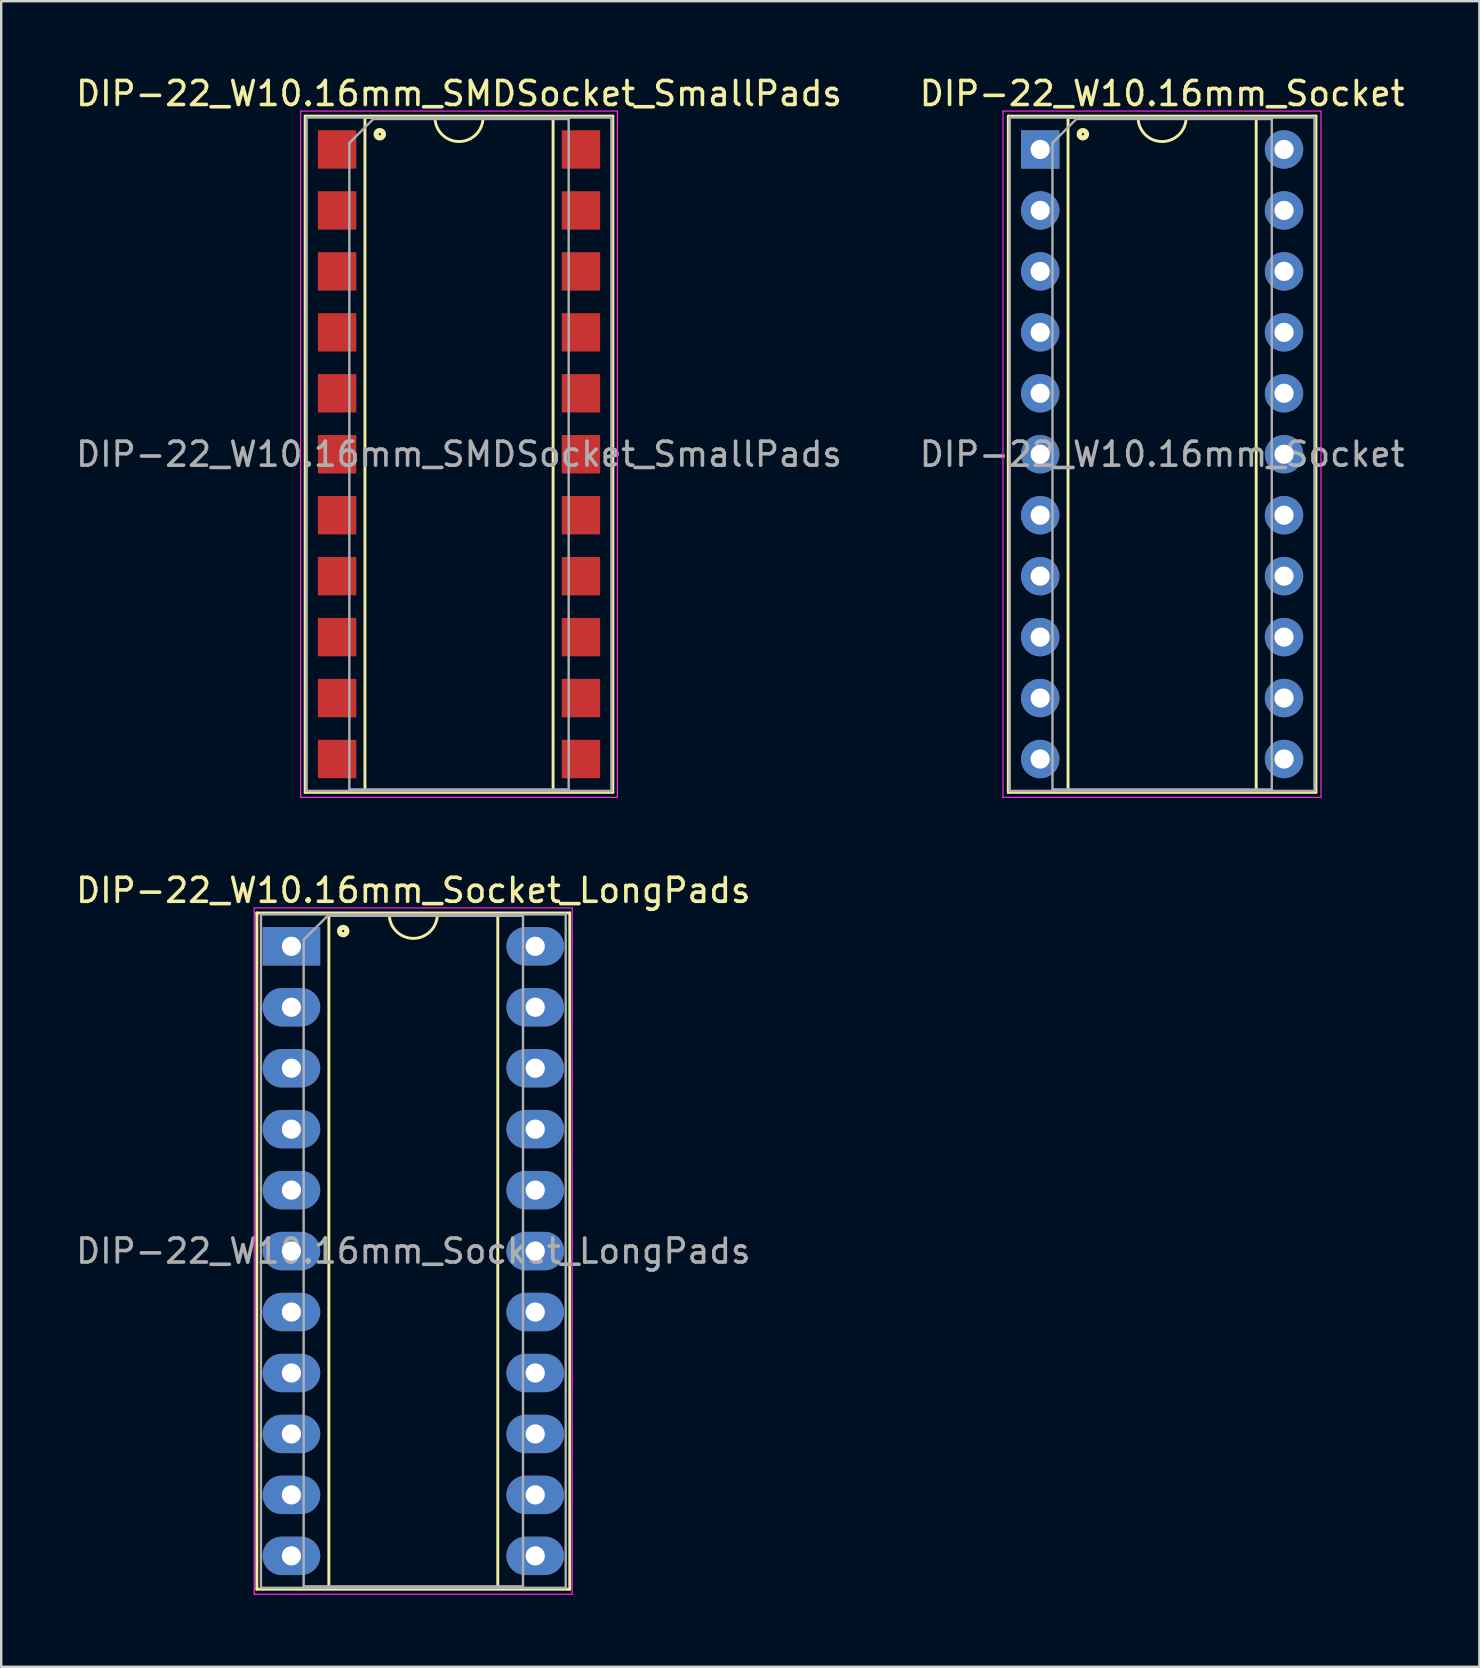
<source format=kicad_pcb>
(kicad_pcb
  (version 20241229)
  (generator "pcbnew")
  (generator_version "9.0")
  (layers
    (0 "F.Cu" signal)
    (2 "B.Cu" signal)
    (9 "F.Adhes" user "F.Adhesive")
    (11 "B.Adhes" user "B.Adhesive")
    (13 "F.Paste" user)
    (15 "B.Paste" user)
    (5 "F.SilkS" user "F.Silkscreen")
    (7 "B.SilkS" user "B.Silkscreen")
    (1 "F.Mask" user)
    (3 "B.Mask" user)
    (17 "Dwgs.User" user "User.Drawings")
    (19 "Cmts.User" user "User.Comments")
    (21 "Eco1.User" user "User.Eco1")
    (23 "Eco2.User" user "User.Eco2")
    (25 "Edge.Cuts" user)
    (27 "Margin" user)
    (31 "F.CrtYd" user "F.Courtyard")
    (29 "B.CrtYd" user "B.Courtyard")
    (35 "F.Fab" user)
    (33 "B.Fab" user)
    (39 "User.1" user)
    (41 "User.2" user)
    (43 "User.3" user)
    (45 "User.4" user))
  (footprint "DIP-22_W10.16mm_Socket_LongPads"
    (layer "F.Cu")
    (at 9.093 36.382)
    (property "Reference" "DIP-22_W10.16mm_Socket_LongPads" (at 5.08 -2.33 0) (layer "F.SilkS") (effects (font (size 1 1) (thickness 0.15))))
    (attr through_hole)
    (fp_line (start -1.44 -1.39) (end -1.44 26.79) (stroke (width 0.12) (type solid)) (layer "F.SilkS"))
    (fp_line (start -1.44 26.79) (end 11.6 26.79) (stroke (width 0.12) (type solid)) (layer "F.SilkS"))
    (fp_line (start 1.56 -1.33) (end 1.56 26.73) (stroke (width 0.12) (type solid)) (layer "F.SilkS"))
    (fp_line (start 1.56 26.73) (end 8.6 26.73) (stroke (width 0.12) (type solid)) (layer "F.SilkS"))
    (fp_line (start 4.08 -1.33) (end 1.56 -1.33) (stroke (width 0.12) (type solid)) (layer "F.SilkS"))
    (fp_line (start 8.6 -1.33) (end 6.08 -1.33) (stroke (width 0.12) (type solid)) (layer "F.SilkS"))
    (fp_line (start 8.6 26.73) (end 8.6 -1.33) (stroke (width 0.12) (type solid)) (layer "F.SilkS"))
    (fp_line (start 11.6 -1.39) (end -1.44 -1.39) (stroke (width 0.12) (type solid)) (layer "F.SilkS"))
    (fp_line (start 11.6 26.79) (end 11.6 -1.39) (stroke (width 0.12) (type solid)) (layer "F.SilkS"))
    (fp_arc (start 6.08 -1.33) (mid 5.08 -0.33) (end 4.08 -1.33) (stroke (width 0.12) (type solid)) (layer "F.SilkS"))
    (fp_circle (center 2.159 -0.635) (end 2.209 -0.635) (stroke (width 0.12) (type solid)) (fill no) (layer "F.SilkS"))
    (fp_circle (center 2.159 -0.635) (end 2.284 -0.635) (stroke (width 0.12) (type solid)) (fill no) (layer "F.SilkS"))
    (fp_circle (center 2.159 -0.635) (end 2.359 -0.635) (stroke (width 0.12) (type solid)) (fill no) (layer "F.SilkS"))
    (fp_line (start -1.55 -1.6) (end -1.55 27) (stroke (width 0.05) (type solid)) (layer "F.CrtYd"))
    (fp_line (start -1.55 27) (end 11.7 27) (stroke (width 0.05) (type solid)) (layer "F.CrtYd"))
    (fp_line (start 11.7 -1.6) (end -1.55 -1.6) (stroke (width 0.05) (type solid)) (layer "F.CrtYd"))
    (fp_line (start 11.7 27) (end 11.7 -1.6) (stroke (width 0.05) (type solid)) (layer "F.CrtYd"))
    (fp_line (start -1.27 -1.33) (end -1.27 26.73) (stroke (width 0.1) (type solid)) (layer "F.Fab"))
    (fp_line (start -1.27 26.73) (end 11.43 26.73) (stroke (width 0.1) (type solid)) (layer "F.Fab"))
    (fp_line (start 0.51 -0.27) (end 1.51 -1.27) (stroke (width 0.1) (type solid)) (layer "F.Fab"))
    (fp_line (start 0.51 26.67) (end 0.51 -0.27) (stroke (width 0.1) (type solid)) (layer "F.Fab"))
    (fp_line (start 1.51 -1.27) (end 9.65 -1.27) (stroke (width 0.1) (type solid)) (layer "F.Fab"))
    (fp_line (start 9.65 -1.27) (end 9.65 26.67) (stroke (width 0.1) (type solid)) (layer "F.Fab"))
    (fp_line (start 9.65 26.67) (end 0.51 26.67) (stroke (width 0.1) (type solid)) (layer "F.Fab"))
    (fp_line (start 11.43 -1.33) (end -1.27 -1.33) (stroke (width 0.1) (type solid)) (layer "F.Fab"))
    (fp_line (start 11.43 26.73) (end 11.43 -1.33) (stroke (width 0.1) (type solid)) (layer "F.Fab"))
    (fp_text user "${REFERENCE}" (at 5.08 12.7 0) (layer "F.Fab") (effects (font (size 1 1) (thickness 0.15))))
    (pad "1" thru_hole rect (at 0 0) (size 2.4 1.6) (drill 0.8) (layers "*.Cu" "*.Mask"))
    (pad "2" thru_hole oval (at 0 2.54) (size 2.4 1.6) (drill 0.8) (layers "*.Cu" "*.Mask"))
    (pad "3" thru_hole oval (at 0 5.08) (size 2.4 1.6) (drill 0.8) (layers "*.Cu" "*.Mask"))
    (pad "4" thru_hole oval (at 0 7.62) (size 2.4 1.6) (drill 0.8) (layers "*.Cu" "*.Mask"))
    (pad "5" thru_hole oval (at 0 10.16) (size 2.4 1.6) (drill 0.8) (layers "*.Cu" "*.Mask"))
    (pad "6" thru_hole oval (at 0 12.7) (size 2.4 1.6) (drill 0.8) (layers "*.Cu" "*.Mask"))
    (pad "7" thru_hole oval (at 0 15.24) (size 2.4 1.6) (drill 0.8) (layers "*.Cu" "*.Mask"))
    (pad "8" thru_hole oval (at 0 17.78) (size 2.4 1.6) (drill 0.8) (layers "*.Cu" "*.Mask"))
    (pad "9" thru_hole oval (at 0 20.32) (size 2.4 1.6) (drill 0.8) (layers "*.Cu" "*.Mask"))
    (pad "10" thru_hole oval (at 0 22.86) (size 2.4 1.6) (drill 0.8) (layers "*.Cu" "*.Mask"))
    (pad "11" thru_hole oval (at 0 25.4) (size 2.4 1.6) (drill 0.8) (layers "*.Cu" "*.Mask"))
    (pad "12" thru_hole oval (at 10.16 25.4) (size 2.4 1.6) (drill 0.8) (layers "*.Cu" "*.Mask"))
    (pad "13" thru_hole oval (at 10.16 22.86) (size 2.4 1.6) (drill 0.8) (layers "*.Cu" "*.Mask"))
    (pad "14" thru_hole oval (at 10.16 20.32) (size 2.4 1.6) (drill 0.8) (layers "*.Cu" "*.Mask"))
    (pad "15" thru_hole oval (at 10.16 17.78) (size 2.4 1.6) (drill 0.8) (layers "*.Cu" "*.Mask"))
    (pad "16" thru_hole oval (at 10.16 15.24) (size 2.4 1.6) (drill 0.8) (layers "*.Cu" "*.Mask"))
    (pad "17" thru_hole oval (at 10.16 12.7) (size 2.4 1.6) (drill 0.8) (layers "*.Cu" "*.Mask"))
    (pad "18" thru_hole oval (at 10.16 10.16) (size 2.4 1.6) (drill 0.8) (layers "*.Cu" "*.Mask"))
    (pad "19" thru_hole oval (at 10.16 7.62) (size 2.4 1.6) (drill 0.8) (layers "*.Cu" "*.Mask"))
    (pad "20" thru_hole oval (at 10.16 5.08) (size 2.4 1.6) (drill 0.8) (layers "*.Cu" "*.Mask"))
    (pad "21" thru_hole oval (at 10.16 2.54) (size 2.4 1.6) (drill 0.8) (layers "*.Cu" "*.Mask"))
    (pad "22" thru_hole oval (at 10.16 0) (size 2.4 1.6) (drill 0.8) (layers "*.Cu" "*.Mask")))
  (footprint "DIP-22_W10.16mm_SMDSocket_SmallPads"
    (layer "F.Cu")
    (at 16.077 15.878)
    (property "Reference" "DIP-22_W10.16mm_SMDSocket_SmallPads" (at 0 -15.03 0) (layer "F.SilkS") (effects (font (size 1 1) (thickness 0.15))))
    (attr smd)
    (fp_line (start -6.41 -14.09) (end -6.41 14.09) (stroke (width 0.12) (type solid)) (layer "F.SilkS"))
    (fp_line (start -6.41 14.09) (end 6.41 14.09) (stroke (width 0.12) (type solid)) (layer "F.SilkS"))
    (fp_line (start -3.92 -14.03) (end -3.92 14.03) (stroke (width 0.12) (type solid)) (layer "F.SilkS"))
    (fp_line (start -3.92 14.03) (end 3.92 14.03) (stroke (width 0.12) (type solid)) (layer "F.SilkS"))
    (fp_line (start -1 -14.03) (end -3.92 -14.03) (stroke (width 0.12) (type solid)) (layer "F.SilkS"))
    (fp_line (start 3.92 -14.03) (end 1 -14.03) (stroke (width 0.12) (type solid)) (layer "F.SilkS"))
    (fp_line (start 3.92 14.03) (end 3.92 -14.03) (stroke (width 0.12) (type solid)) (layer "F.SilkS"))
    (fp_line (start 6.41 -14.09) (end -6.41 -14.09) (stroke (width 0.12) (type solid)) (layer "F.SilkS"))
    (fp_line (start 6.41 14.09) (end 6.41 -14.09) (stroke (width 0.12) (type solid)) (layer "F.SilkS"))
    (fp_arc (start 1 -14.03) (mid 0 -13.03) (end -1 -14.03) (stroke (width 0.12) (type solid)) (layer "F.SilkS"))
    (fp_circle (center -3.302 -13.335) (end -3.252 -13.335) (stroke (width 0.12) (type solid)) (fill no) (layer "F.SilkS"))
    (fp_circle (center -3.302 -13.335) (end -3.177 -13.335) (stroke (width 0.12) (type solid)) (fill no) (layer "F.SilkS"))
    (fp_circle (center -3.302 -13.335) (end -3.102 -13.335) (stroke (width 0.12) (type solid)) (fill no) (layer "F.SilkS"))
    (fp_line (start -6.6 -14.3) (end -6.6 14.3) (stroke (width 0.05) (type solid)) (layer "F.CrtYd"))
    (fp_line (start -6.6 14.3) (end 6.6 14.3) (stroke (width 0.05) (type solid)) (layer "F.CrtYd"))
    (fp_line (start 6.6 -14.3) (end -6.6 -14.3) (stroke (width 0.05) (type solid)) (layer "F.CrtYd"))
    (fp_line (start 6.6 14.3) (end 6.6 -14.3) (stroke (width 0.05) (type solid)) (layer "F.CrtYd"))
    (fp_line (start -6.35 -14.03) (end -6.35 14.03) (stroke (width 0.1) (type solid)) (layer "F.Fab"))
    (fp_line (start -6.35 14.03) (end 6.35 14.03) (stroke (width 0.1) (type solid)) (layer "F.Fab"))
    (fp_line (start -4.57 -12.97) (end -3.57 -13.97) (stroke (width 0.1) (type solid)) (layer "F.Fab"))
    (fp_line (start -4.57 13.97) (end -4.57 -12.97) (stroke (width 0.1) (type solid)) (layer "F.Fab"))
    (fp_line (start -3.57 -13.97) (end 4.57 -13.97) (stroke (width 0.1) (type solid)) (layer "F.Fab"))
    (fp_line (start 4.57 -13.97) (end 4.57 13.97) (stroke (width 0.1) (type solid)) (layer "F.Fab"))
    (fp_line (start 4.57 13.97) (end -4.57 13.97) (stroke (width 0.1) (type solid)) (layer "F.Fab"))
    (fp_line (start 6.35 -14.03) (end -6.35 -14.03) (stroke (width 0.1) (type solid)) (layer "F.Fab"))
    (fp_line (start 6.35 14.03) (end 6.35 -14.03) (stroke (width 0.1) (type solid)) (layer "F.Fab"))
    (fp_text user "${REFERENCE}" (at 0 0 0) (layer "F.Fab") (effects (font (size 1 1) (thickness 0.15))))
    (pad "1" smd rect (at -5.08 -12.7) (size 1.6 1.6) (layers "F.Cu" "F.Mask" "F.Paste"))
    (pad "2" smd rect (at -5.08 -10.16) (size 1.6 1.6) (layers "F.Cu" "F.Mask" "F.Paste"))
    (pad "3" smd rect (at -5.08 -7.62) (size 1.6 1.6) (layers "F.Cu" "F.Mask" "F.Paste"))
    (pad "4" smd rect (at -5.08 -5.08) (size 1.6 1.6) (layers "F.Cu" "F.Mask" "F.Paste"))
    (pad "5" smd rect (at -5.08 -2.54) (size 1.6 1.6) (layers "F.Cu" "F.Mask" "F.Paste"))
    (pad "6" smd rect (at -5.08 0) (size 1.6 1.6) (layers "F.Cu" "F.Mask" "F.Paste"))
    (pad "7" smd rect (at -5.08 2.54) (size 1.6 1.6) (layers "F.Cu" "F.Mask" "F.Paste"))
    (pad "8" smd rect (at -5.08 5.08) (size 1.6 1.6) (layers "F.Cu" "F.Mask" "F.Paste"))
    (pad "9" smd rect (at -5.08 7.62) (size 1.6 1.6) (layers "F.Cu" "F.Mask" "F.Paste"))
    (pad "10" smd rect (at -5.08 10.16) (size 1.6 1.6) (layers "F.Cu" "F.Mask" "F.Paste"))
    (pad "11" smd rect (at -5.08 12.7) (size 1.6 1.6) (layers "F.Cu" "F.Mask" "F.Paste"))
    (pad "12" smd rect (at 5.08 12.7) (size 1.6 1.6) (layers "F.Cu" "F.Mask" "F.Paste"))
    (pad "13" smd rect (at 5.08 10.16) (size 1.6 1.6) (layers "F.Cu" "F.Mask" "F.Paste"))
    (pad "14" smd rect (at 5.08 7.62) (size 1.6 1.6) (layers "F.Cu" "F.Mask" "F.Paste"))
    (pad "15" smd rect (at 5.08 5.08) (size 1.6 1.6) (layers "F.Cu" "F.Mask" "F.Paste"))
    (pad "16" smd rect (at 5.08 2.54) (size 1.6 1.6) (layers "F.Cu" "F.Mask" "F.Paste"))
    (pad "17" smd rect (at 5.08 0) (size 1.6 1.6) (layers "F.Cu" "F.Mask" "F.Paste"))
    (pad "18" smd rect (at 5.08 -2.54) (size 1.6 1.6) (layers "F.Cu" "F.Mask" "F.Paste"))
    (pad "19" smd rect (at 5.08 -5.08) (size 1.6 1.6) (layers "F.Cu" "F.Mask" "F.Paste"))
    (pad "20" smd rect (at 5.08 -7.62) (size 1.6 1.6) (layers "F.Cu" "F.Mask" "F.Paste"))
    (pad "21" smd rect (at 5.08 -10.16) (size 1.6 1.6) (layers "F.Cu" "F.Mask" "F.Paste"))
    (pad "22" smd rect (at 5.08 -12.7) (size 1.6 1.6) (layers "F.Cu" "F.Mask" "F.Paste")))
  (footprint "DIP-22_W10.16mm_Socket"
    (layer "F.Cu")
    (at 40.295 3.178)
    (property "Reference" "DIP-22_W10.16mm_Socket" (at 5.08 -2.33 0) (layer "F.SilkS") (effects (font (size 1 1) (thickness 0.15))))
    (attr through_hole)
    (fp_line (start -1.33 -1.39) (end -1.33 26.79) (stroke (width 0.12) (type solid)) (layer "F.SilkS"))
    (fp_line (start -1.33 26.79) (end 11.49 26.79) (stroke (width 0.12) (type solid)) (layer "F.SilkS"))
    (fp_line (start 1.16 -1.33) (end 1.16 26.73) (stroke (width 0.12) (type solid)) (layer "F.SilkS"))
    (fp_line (start 1.16 26.73) (end 9 26.73) (stroke (width 0.12) (type solid)) (layer "F.SilkS"))
    (fp_line (start 4.08 -1.33) (end 1.16 -1.33) (stroke (width 0.12) (type solid)) (layer "F.SilkS"))
    (fp_line (start 9 -1.33) (end 6.08 -1.33) (stroke (width 0.12) (type solid)) (layer "F.SilkS"))
    (fp_line (start 9 26.73) (end 9 -1.33) (stroke (width 0.12) (type solid)) (layer "F.SilkS"))
    (fp_line (start 11.49 -1.39) (end -1.33 -1.39) (stroke (width 0.12) (type solid)) (layer "F.SilkS"))
    (fp_line (start 11.49 26.79) (end 11.49 -1.39) (stroke (width 0.12) (type solid)) (layer "F.SilkS"))
    (fp_arc (start 6.08 -1.33) (mid 5.08 -0.33) (end 4.08 -1.33) (stroke (width 0.12) (type solid)) (layer "F.SilkS"))
    (fp_circle (center 1.778 -0.635) (end 1.828 -0.635) (stroke (width 0.12) (type solid)) (fill no) (layer "F.SilkS"))
    (fp_circle (center 1.778 -0.635) (end 1.903 -0.635) (stroke (width 0.12) (type solid)) (fill no) (layer "F.SilkS"))
    (fp_circle (center 1.778 -0.635) (end 1.978 -0.635) (stroke (width 0.12) (type solid)) (fill no) (layer "F.SilkS"))
    (fp_line (start -1.55 -1.6) (end -1.55 27) (stroke (width 0.05) (type solid)) (layer "F.CrtYd"))
    (fp_line (start -1.55 27) (end 11.7 27) (stroke (width 0.05) (type solid)) (layer "F.CrtYd"))
    (fp_line (start 11.7 -1.6) (end -1.55 -1.6) (stroke (width 0.05) (type solid)) (layer "F.CrtYd"))
    (fp_line (start 11.7 27) (end 11.7 -1.6) (stroke (width 0.05) (type solid)) (layer "F.CrtYd"))
    (fp_line (start -1.27 -1.33) (end -1.27 26.73) (stroke (width 0.1) (type solid)) (layer "F.Fab"))
    (fp_line (start -1.27 26.73) (end 11.43 26.73) (stroke (width 0.1) (type solid)) (layer "F.Fab"))
    (fp_line (start 0.51 -0.27) (end 1.51 -1.27) (stroke (width 0.1) (type solid)) (layer "F.Fab"))
    (fp_line (start 0.51 26.67) (end 0.51 -0.27) (stroke (width 0.1) (type solid)) (layer "F.Fab"))
    (fp_line (start 1.51 -1.27) (end 9.65 -1.27) (stroke (width 0.1) (type solid)) (layer "F.Fab"))
    (fp_line (start 9.65 -1.27) (end 9.65 26.67) (stroke (width 0.1) (type solid)) (layer "F.Fab"))
    (fp_line (start 9.65 26.67) (end 0.51 26.67) (stroke (width 0.1) (type solid)) (layer "F.Fab"))
    (fp_line (start 11.43 -1.33) (end -1.27 -1.33) (stroke (width 0.1) (type solid)) (layer "F.Fab"))
    (fp_line (start 11.43 26.73) (end 11.43 -1.33) (stroke (width 0.1) (type solid)) (layer "F.Fab"))
    (fp_text user "${REFERENCE}" (at 5.08 12.7 0) (layer "F.Fab") (effects (font (size 1 1) (thickness 0.15))))
    (pad "1" thru_hole rect (at 0 0) (size 1.6 1.6) (drill 0.8) (layers "*.Cu" "*.Mask"))
    (pad "2" thru_hole oval (at 0 2.54) (size 1.6 1.6) (drill 0.8) (layers "*.Cu" "*.Mask"))
    (pad "3" thru_hole oval (at 0 5.08) (size 1.6 1.6) (drill 0.8) (layers "*.Cu" "*.Mask"))
    (pad "4" thru_hole oval (at 0 7.62) (size 1.6 1.6) (drill 0.8) (layers "*.Cu" "*.Mask"))
    (pad "5" thru_hole oval (at 0 10.16) (size 1.6 1.6) (drill 0.8) (layers "*.Cu" "*.Mask"))
    (pad "6" thru_hole oval (at 0 12.7) (size 1.6 1.6) (drill 0.8) (layers "*.Cu" "*.Mask"))
    (pad "7" thru_hole oval (at 0 15.24) (size 1.6 1.6) (drill 0.8) (layers "*.Cu" "*.Mask"))
    (pad "8" thru_hole oval (at 0 17.78) (size 1.6 1.6) (drill 0.8) (layers "*.Cu" "*.Mask"))
    (pad "9" thru_hole oval (at 0 20.32) (size 1.6 1.6) (drill 0.8) (layers "*.Cu" "*.Mask"))
    (pad "10" thru_hole oval (at 0 22.86) (size 1.6 1.6) (drill 0.8) (layers "*.Cu" "*.Mask"))
    (pad "11" thru_hole oval (at 0 25.4) (size 1.6 1.6) (drill 0.8) (layers "*.Cu" "*.Mask"))
    (pad "12" thru_hole oval (at 10.16 25.4) (size 1.6 1.6) (drill 0.8) (layers "*.Cu" "*.Mask"))
    (pad "13" thru_hole oval (at 10.16 22.86) (size 1.6 1.6) (drill 0.8) (layers "*.Cu" "*.Mask"))
    (pad "14" thru_hole oval (at 10.16 20.32) (size 1.6 1.6) (drill 0.8) (layers "*.Cu" "*.Mask"))
    (pad "15" thru_hole oval (at 10.16 17.78) (size 1.6 1.6) (drill 0.8) (layers "*.Cu" "*.Mask"))
    (pad "16" thru_hole oval (at 10.16 15.24) (size 1.6 1.6) (drill 0.8) (layers "*.Cu" "*.Mask"))
    (pad "17" thru_hole oval (at 10.16 12.7) (size 1.6 1.6) (drill 0.8) (layers "*.Cu" "*.Mask"))
    (pad "18" thru_hole oval (at 10.16 10.16) (size 1.6 1.6) (drill 0.8) (layers "*.Cu" "*.Mask"))
    (pad "19" thru_hole oval (at 10.16 7.62) (size 1.6 1.6) (drill 0.8) (layers "*.Cu" "*.Mask"))
    (pad "20" thru_hole oval (at 10.16 5.08) (size 1.6 1.6) (drill 0.8) (layers "*.Cu" "*.Mask"))
    (pad "21" thru_hole oval (at 10.16 2.54) (size 1.6 1.6) (drill 0.8) (layers "*.Cu" "*.Mask"))
    (pad "22" thru_hole oval (at 10.16 0) (size 1.6 1.6) (drill 0.8) (layers "*.Cu" "*.Mask")))
  (gr_rect
    (start -3 -3)
    (end 58.595 66.406)
    (stroke (width 0.1) (type default))
    (fill no)
    (layer "Edge.Cuts")))
</source>
